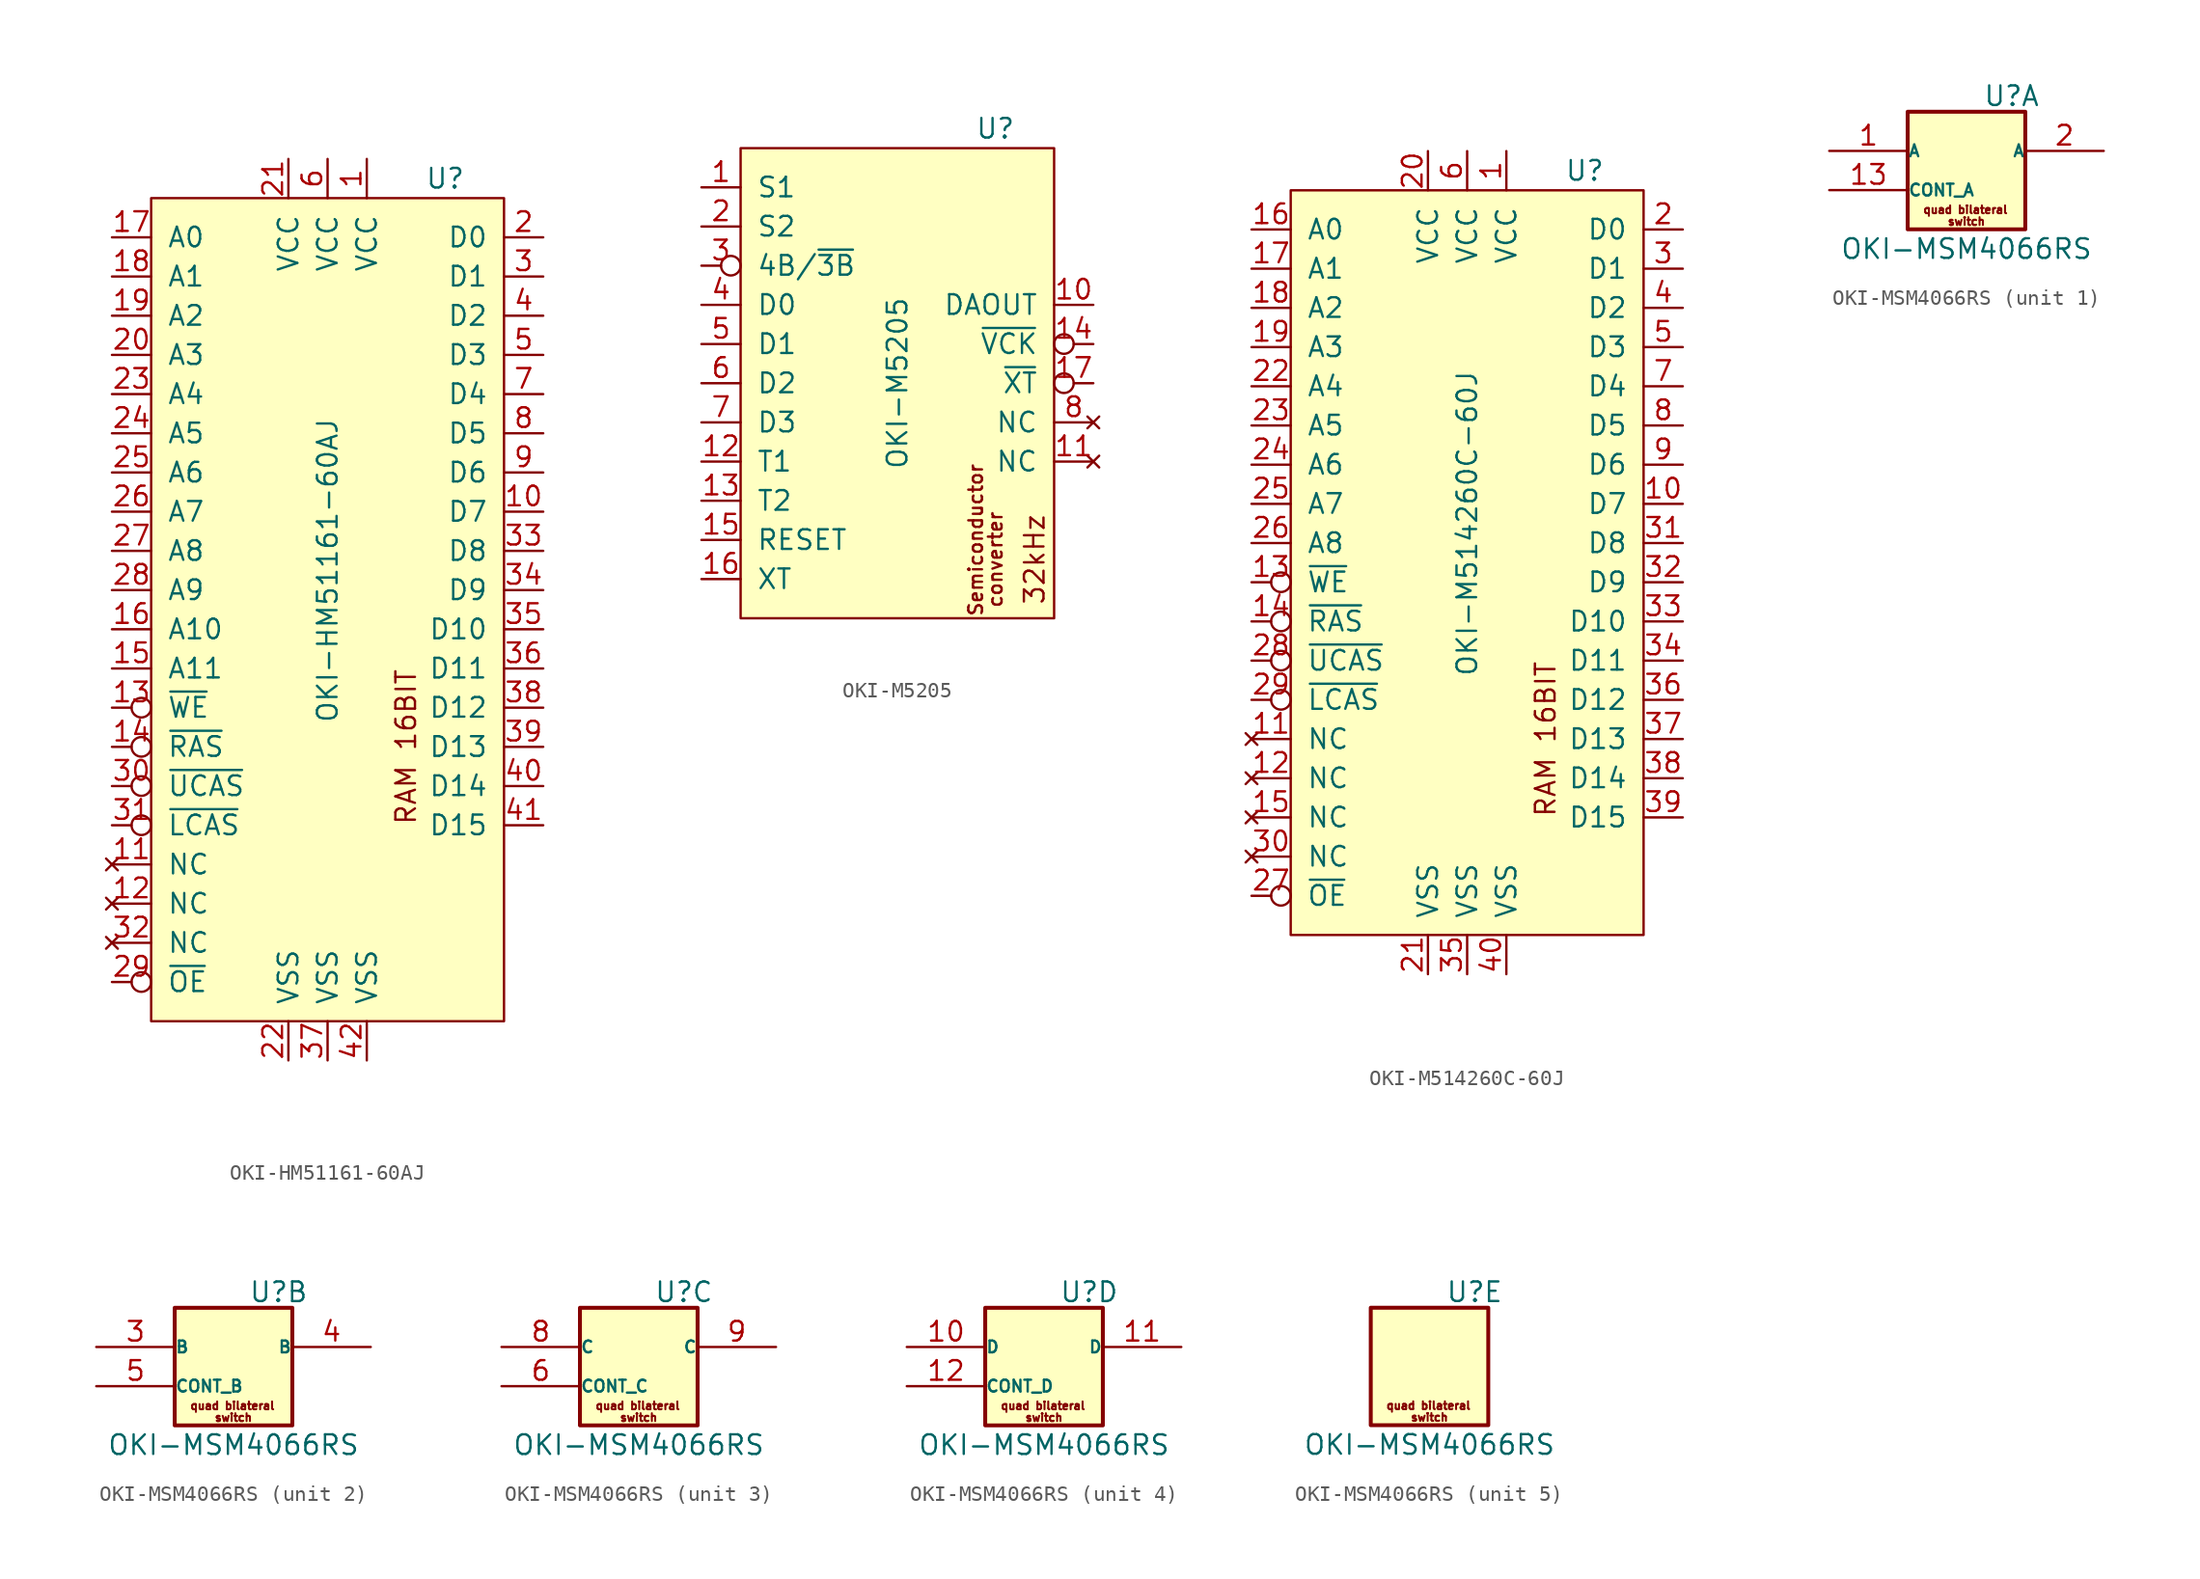
<source format=kicad_sym>
(kicad_symbol_lib
  (version 20231120)
  (generator "kicad_symbol_editor")
  (generator_version "8.0")
  (symbol "OKI-HM51161-60AJ"
    (pin_names
      (offset 1.016))
    (property "Reference" "U"
      (at 7.62 26.67 0)
      (effects (font (size 1.27 1.27))))
    (property "Value" "OKI-HM51161-60AJ"
      (at 0 1.27 90)
      (effects (font (size 1.27 1.27))))
    (symbol "OKI-HM51161-60AJ_1_1"
      (rectangle (start -11.43 25.4) (end 11.43 -27.94) (stroke (width 0) (type default)) (fill (type background)))
      (text "RAM 16BIT" (at 5.08 -10.16 900) (effects (font (size 1.27 1.27))))
      (pin power_in line (at 2.54 27.94 270) (length 2.54) (name "VCC" (effects (font (size 1.27 1.27)))) (number "1" (effects (font (size 1.27 1.27)))))
      (pin tri_state line (at 13.97 5.08 180) (length 2.54) (name "D7" (effects (font (size 1.27 1.27)))) (number "10" (effects (font (size 1.27 1.27)))))
      (pin no_connect line (at -13.97 -17.78 0) (length 2.54) (name "NC" (effects (font (size 1.27 1.27)))) (number "11" (effects (font (size 1.27 1.27)))))
      (pin no_connect line (at -13.97 -20.32 0) (length 2.54) (name "NC" (effects (font (size 1.27 1.27)))) (number "12" (effects (font (size 1.27 1.27)))))
      (pin input inverted (at -13.97 -7.62 0) (length 2.54) (name "~{WE}" (effects (font (size 1.27 1.27)))) (number "13" (effects (font (size 1.27 1.27)))))
      (pin input inverted (at -13.97 -10.16 0) (length 2.54) (name "~{RAS}" (effects (font (size 1.27 1.27)))) (number "14" (effects (font (size 1.27 1.27)))))
      (pin input line (at -13.97 -5.08 0) (length 2.54) (name "A11" (effects (font (size 1.27 1.27)))) (number "15" (effects (font (size 1.27 1.27)))))
      (pin input line (at -13.97 -2.54 0) (length 2.54) (name "A10" (effects (font (size 1.27 1.27)))) (number "16" (effects (font (size 1.27 1.27)))))
      (pin input line (at -13.97 22.86 0) (length 2.54) (name "A0" (effects (font (size 1.27 1.27)))) (number "17" (effects (font (size 1.27 1.27)))))
      (pin input line (at -13.97 20.32 0) (length 2.54) (name "A1" (effects (font (size 1.27 1.27)))) (number "18" (effects (font (size 1.27 1.27)))))
      (pin input line (at -13.97 17.78 0) (length 2.54) (name "A2" (effects (font (size 1.27 1.27)))) (number "19" (effects (font (size 1.27 1.27)))))
      (pin tri_state line (at 13.97 22.86 180) (length 2.54) (name "D0" (effects (font (size 1.27 1.27)))) (number "2" (effects (font (size 1.27 1.27)))))
      (pin input line (at -13.97 15.24 0) (length 2.54) (name "A3" (effects (font (size 1.27 1.27)))) (number "20" (effects (font (size 1.27 1.27)))))
      (pin power_in line (at -2.54 27.94 270) (length 2.54) (name "VCC" (effects (font (size 1.27 1.27)))) (number "21" (effects (font (size 1.27 1.27)))))
      (pin power_in line (at -2.54 -30.48 90) (length 2.54) (name "VSS" (effects (font (size 1.27 1.27)))) (number "22" (effects (font (size 1.27 1.27)))))
      (pin input line (at -13.97 12.7 0) (length 2.54) (name "A4" (effects (font (size 1.27 1.27)))) (number "23" (effects (font (size 1.27 1.27)))))
      (pin input line (at -13.97 10.16 0) (length 2.54) (name "A5" (effects (font (size 1.27 1.27)))) (number "24" (effects (font (size 1.27 1.27)))))
      (pin input line (at -13.97 7.62 0) (length 2.54) (name "A6" (effects (font (size 1.27 1.27)))) (number "25" (effects (font (size 1.27 1.27)))))
      (pin input line (at -13.97 5.08 0) (length 2.54) (name "A7" (effects (font (size 1.27 1.27)))) (number "26" (effects (font (size 1.27 1.27)))))
      (pin input line (at -13.97 2.54 0) (length 2.54) (name "A8" (effects (font (size 1.27 1.27)))) (number "27" (effects (font (size 1.27 1.27)))))
      (pin input line (at -13.97 0 0) (length 2.54) (name "A9" (effects (font (size 1.27 1.27)))) (number "28" (effects (font (size 1.27 1.27)))))
      (pin input inverted (at -13.97 -25.4 0) (length 2.54) (name "~{OE}" (effects (font (size 1.27 1.27)))) (number "29" (effects (font (size 1.27 1.27)))))
      (pin tri_state line (at 13.97 20.32 180) (length 2.54) (name "D1" (effects (font (size 1.27 1.27)))) (number "3" (effects (font (size 1.27 1.27)))))
      (pin input inverted (at -13.97 -12.7 0) (length 2.54) (name "~{UCAS}" (effects (font (size 1.27 1.27)))) (number "30" (effects (font (size 1.27 1.27)))))
      (pin input inverted (at -13.97 -15.24 0) (length 2.54) (name "~{LCAS}" (effects (font (size 1.27 1.27)))) (number "31" (effects (font (size 1.27 1.27)))))
      (pin no_connect line (at -13.97 -22.86 0) (length 2.54) (name "NC" (effects (font (size 1.27 1.27)))) (number "32" (effects (font (size 1.27 1.27)))))
      (pin tri_state line (at 13.97 2.54 180) (length 2.54) (name "D8" (effects (font (size 1.27 1.27)))) (number "33" (effects (font (size 1.27 1.27)))))
      (pin tri_state line (at 13.97 0 180) (length 2.54) (name "D9" (effects (font (size 1.27 1.27)))) (number "34" (effects (font (size 1.27 1.27)))))
      (pin tri_state line (at 13.97 -2.54 180) (length 2.54) (name "D10" (effects (font (size 1.27 1.27)))) (number "35" (effects (font (size 1.27 1.27)))))
      (pin tri_state line (at 13.97 -5.08 180) (length 2.54) (name "D11" (effects (font (size 1.27 1.27)))) (number "36" (effects (font (size 1.27 1.27)))))
      (pin power_in line (at 0 -30.48 90) (length 2.54) (name "VSS" (effects (font (size 1.27 1.27)))) (number "37" (effects (font (size 1.27 1.27)))))
      (pin tri_state line (at 13.97 -7.62 180) (length 2.54) (name "D12" (effects (font (size 1.27 1.27)))) (number "38" (effects (font (size 1.27 1.27)))))
      (pin tri_state line (at 13.97 -10.16 180) (length 2.54) (name "D13" (effects (font (size 1.27 1.27)))) (number "39" (effects (font (size 1.27 1.27)))))
      (pin tri_state line (at 13.97 17.78 180) (length 2.54) (name "D2" (effects (font (size 1.27 1.27)))) (number "4" (effects (font (size 1.27 1.27)))))
      (pin tri_state line (at 13.97 -12.7 180) (length 2.54) (name "D14" (effects (font (size 1.27 1.27)))) (number "40" (effects (font (size 1.27 1.27)))))
      (pin tri_state line (at 13.97 -15.24 180) (length 2.54) (name "D15" (effects (font (size 1.27 1.27)))) (number "41" (effects (font (size 1.27 1.27)))))
      (pin power_in line (at 2.54 -30.48 90) (length 2.54) (name "VSS" (effects (font (size 1.27 1.27)))) (number "42" (effects (font (size 1.27 1.27)))))
      (pin tri_state line (at 13.97 15.24 180) (length 2.54) (name "D3" (effects (font (size 1.27 1.27)))) (number "5" (effects (font (size 1.27 1.27)))))
      (pin power_in line (at 0 27.94 270) (length 2.54) (name "VCC" (effects (font (size 1.27 1.27)))) (number "6" (effects (font (size 1.27 1.27)))))
      (pin tri_state line (at 13.97 12.7 180) (length 2.54) (name "D4" (effects (font (size 1.27 1.27)))) (number "7" (effects (font (size 1.27 1.27)))))
      (pin tri_state line (at 13.97 10.16 180) (length 2.54) (name "D5" (effects (font (size 1.27 1.27)))) (number "8" (effects (font (size 1.27 1.27)))))
      (pin tri_state line (at 13.97 7.62 180) (length 2.54) (name "D6" (effects (font (size 1.27 1.27)))) (number "9" (effects (font (size 1.27 1.27)))))))
  (symbol "OKI-M5205"
    (pin_names
      (offset 1.016))
    (property "Reference" "U"
      (at 6.35 16.51 0)
      (effects (font (size 1.27 1.27))))
    (property "Value" "OKI-M5205"
      (at 0 0 90)
      (effects (font (size 1.27 1.27))))
    (symbol "OKI-M5205_0_0"
      (text "32kHz" (at 8.89 -11.43 900) (effects (font (size 1.27 1.27))))
      (text "converter" (at 6.35 -11.43 900) (effects (font (size 0.889 0.889))))
      (text "Semiconductor" (at 5.08 -10.16 900) (effects (font (size 0.889 0.889)))))
    (symbol "OKI-M5205_0_1"
      (rectangle (start -10.16 15.24) (end 10.16 -15.24) (stroke (width 0) (type default)) (fill (type background))))
    (symbol "OKI-M5205_1_1"
      (pin input line (at -12.7 12.7 0) (length 2.54) (name "S1" (effects (font (size 1.27 1.27)))) (number "1" (effects (font (size 1.27 1.27)))))
      (pin output line (at 12.7 5.08 180) (length 2.54) (name "DAOUT" (effects (font (size 1.27 1.27)))) (number "10" (effects (font (size 1.27 1.27)))))
      (pin no_connect line (at 12.7 -5.08 180) (length 2.54) (name "NC" (effects (font (size 1.27 1.27)))) (number "11" (effects (font (size 1.27 1.27)))))
      (pin input line (at -12.7 -5.08 0) (length 2.54) (name "T1" (effects (font (size 1.27 1.27)))) (number "12" (effects (font (size 1.27 1.27)))))
      (pin input line (at -12.7 -7.62 0) (length 2.54) (name "T2" (effects (font (size 1.27 1.27)))) (number "13" (effects (font (size 1.27 1.27)))))
      (pin output inverted (at 12.7 2.54 180) (length 2.54) (name "~{VCK}" (effects (font (size 1.27 1.27)))) (number "14" (effects (font (size 1.27 1.27)))))
      (pin input line (at -12.7 -10.16 0) (length 2.54) (name "RESET" (effects (font (size 1.27 1.27)))) (number "15" (effects (font (size 1.27 1.27)))))
      (pin input line (at -12.7 -12.7 0) (length 2.54) (name "XT" (effects (font (size 1.27 1.27)))) (number "16" (effects (font (size 1.27 1.27)))))
      (pin output inverted (at 12.7 0 180) (length 2.54) (name "~{XT}" (effects (font (size 1.27 1.27)))) (number "17" (effects (font (size 1.27 1.27)))))
      (pin power_in line (at 0 15.24 270) (length 2.54) hide (name "VCC" (effects (font (size 1.27 1.27)))) (number "18" (effects (font (size 1.27 1.27)))))
      (pin input line (at -12.7 10.16 0) (length 2.54) (name "S2" (effects (font (size 1.27 1.27)))) (number "2" (effects (font (size 1.27 1.27)))))
      (pin input inverted (at -12.7 7.62 0) (length 2.54) (name "4B/~{3B}" (effects (font (size 1.27 1.27)))) (number "3" (effects (font (size 1.27 1.27)))))
      (pin input line (at -12.7 5.08 0) (length 2.54) (name "D0" (effects (font (size 1.27 1.27)))) (number "4" (effects (font (size 1.27 1.27)))))
      (pin input line (at -12.7 2.54 0) (length 2.54) (name "D1" (effects (font (size 1.27 1.27)))) (number "5" (effects (font (size 1.27 1.27)))))
      (pin input line (at -12.7 0 0) (length 2.54) (name "D2" (effects (font (size 1.27 1.27)))) (number "6" (effects (font (size 1.27 1.27)))))
      (pin input line (at -12.7 -2.54 0) (length 2.54) (name "D3" (effects (font (size 1.27 1.27)))) (number "7" (effects (font (size 1.27 1.27)))))
      (pin no_connect line (at 12.7 -2.54 180) (length 2.54) (name "NC" (effects (font (size 1.27 1.27)))) (number "8" (effects (font (size 1.27 1.27)))))
      (pin power_in line (at 0 -15.24 90) (length 2.54) hide (name "VSS" (effects (font (size 1.27 1.27)))) (number "9" (effects (font (size 1.27 1.27)))))))
  (symbol "OKI-M514260C-60J"
    (pin_names
      (offset 1.016))
    (property "Reference" "U"
      (at 7.62 24.13 0)
      (effects (font (size 1.27 1.27))))
    (property "Value" "OKI-M514260C-60J"
      (at 0 1.27 90)
      (effects (font (size 1.27 1.27))))
    (symbol "OKI-M514260C-60J_0_0"
      (text "RAM 16BIT" (at 5.08 -12.7 900) (effects (font (size 1.27 1.27)))))
    (symbol "OKI-M514260C-60J_0_1"
      (rectangle (start -11.43 22.86) (end 11.43 -25.4) (stroke (width 0) (type default)) (fill (type background))))
    (symbol "OKI-M514260C-60J_1_1"
      (pin power_in line (at 2.54 25.4 270) (length 2.54) (name "VCC" (effects (font (size 1.27 1.27)))) (number "1" (effects (font (size 1.27 1.27)))))
      (pin tri_state line (at 13.97 2.54 180) (length 2.54) (name "D7" (effects (font (size 1.27 1.27)))) (number "10" (effects (font (size 1.27 1.27)))))
      (pin no_connect line (at -13.97 -12.7 0) (length 2.54) (name "NC" (effects (font (size 1.27 1.27)))) (number "11" (effects (font (size 1.27 1.27)))))
      (pin no_connect line (at -13.97 -15.24 0) (length 2.54) (name "NC" (effects (font (size 1.27 1.27)))) (number "12" (effects (font (size 1.27 1.27)))))
      (pin input inverted (at -13.97 -2.54 0) (length 2.54) (name "~{WE}" (effects (font (size 1.27 1.27)))) (number "13" (effects (font (size 1.27 1.27)))))
      (pin input inverted (at -13.97 -5.08 0) (length 2.54) (name "~{RAS}" (effects (font (size 1.27 1.27)))) (number "14" (effects (font (size 1.27 1.27)))))
      (pin no_connect line (at -13.97 -17.78 0) (length 2.54) (name "NC" (effects (font (size 1.27 1.27)))) (number "15" (effects (font (size 1.27 1.27)))))
      (pin input line (at -13.97 20.32 0) (length 2.54) (name "A0" (effects (font (size 1.27 1.27)))) (number "16" (effects (font (size 1.27 1.27)))))
      (pin input line (at -13.97 17.78 0) (length 2.54) (name "A1" (effects (font (size 1.27 1.27)))) (number "17" (effects (font (size 1.27 1.27)))))
      (pin input line (at -13.97 15.24 0) (length 2.54) (name "A2" (effects (font (size 1.27 1.27)))) (number "18" (effects (font (size 1.27 1.27)))))
      (pin input line (at -13.97 12.7 0) (length 2.54) (name "A3" (effects (font (size 1.27 1.27)))) (number "19" (effects (font (size 1.27 1.27)))))
      (pin tri_state line (at 13.97 20.32 180) (length 2.54) (name "D0" (effects (font (size 1.27 1.27)))) (number "2" (effects (font (size 1.27 1.27)))))
      (pin power_in line (at -2.54 25.4 270) (length 2.54) (name "VCC" (effects (font (size 1.27 1.27)))) (number "20" (effects (font (size 1.27 1.27)))))
      (pin power_in line (at -2.54 -27.94 90) (length 2.54) (name "VSS" (effects (font (size 1.27 1.27)))) (number "21" (effects (font (size 1.27 1.27)))))
      (pin input line (at -13.97 10.16 0) (length 2.54) (name "A4" (effects (font (size 1.27 1.27)))) (number "22" (effects (font (size 1.27 1.27)))))
      (pin input line (at -13.97 7.62 0) (length 2.54) (name "A5" (effects (font (size 1.27 1.27)))) (number "23" (effects (font (size 1.27 1.27)))))
      (pin input line (at -13.97 5.08 0) (length 2.54) (name "A6" (effects (font (size 1.27 1.27)))) (number "24" (effects (font (size 1.27 1.27)))))
      (pin input line (at -13.97 2.54 0) (length 2.54) (name "A7" (effects (font (size 1.27 1.27)))) (number "25" (effects (font (size 1.27 1.27)))))
      (pin input line (at -13.97 0 0) (length 2.54) (name "A8" (effects (font (size 1.27 1.27)))) (number "26" (effects (font (size 1.27 1.27)))))
      (pin input inverted (at -13.97 -22.86 0) (length 2.54) (name "~{OE}" (effects (font (size 1.27 1.27)))) (number "27" (effects (font (size 1.27 1.27)))))
      (pin input inverted (at -13.97 -7.62 0) (length 2.54) (name "~{UCAS}" (effects (font (size 1.27 1.27)))) (number "28" (effects (font (size 1.27 1.27)))))
      (pin input inverted (at -13.97 -10.16 0) (length 2.54) (name "~{LCAS}" (effects (font (size 1.27 1.27)))) (number "29" (effects (font (size 1.27 1.27)))))
      (pin tri_state line (at 13.97 17.78 180) (length 2.54) (name "D1" (effects (font (size 1.27 1.27)))) (number "3" (effects (font (size 1.27 1.27)))))
      (pin no_connect line (at -13.97 -20.32 0) (length 2.54) (name "NC" (effects (font (size 1.27 1.27)))) (number "30" (effects (font (size 1.27 1.27)))))
      (pin tri_state line (at 13.97 0 180) (length 2.54) (name "D8" (effects (font (size 1.27 1.27)))) (number "31" (effects (font (size 1.27 1.27)))))
      (pin tri_state line (at 13.97 -2.54 180) (length 2.54) (name "D9" (effects (font (size 1.27 1.27)))) (number "32" (effects (font (size 1.27 1.27)))))
      (pin tri_state line (at 13.97 -5.08 180) (length 2.54) (name "D10" (effects (font (size 1.27 1.27)))) (number "33" (effects (font (size 1.27 1.27)))))
      (pin tri_state line (at 13.97 -7.62 180) (length 2.54) (name "D11" (effects (font (size 1.27 1.27)))) (number "34" (effects (font (size 1.27 1.27)))))
      (pin power_in line (at 0 -27.94 90) (length 2.54) (name "VSS" (effects (font (size 1.27 1.27)))) (number "35" (effects (font (size 1.27 1.27)))))
      (pin tri_state line (at 13.97 -10.16 180) (length 2.54) (name "D12" (effects (font (size 1.27 1.27)))) (number "36" (effects (font (size 1.27 1.27)))))
      (pin tri_state line (at 13.97 -12.7 180) (length 2.54) (name "D13" (effects (font (size 1.27 1.27)))) (number "37" (effects (font (size 1.27 1.27)))))
      (pin tri_state line (at 13.97 -15.24 180) (length 2.54) (name "D14" (effects (font (size 1.27 1.27)))) (number "38" (effects (font (size 1.27 1.27)))))
      (pin tri_state line (at 13.97 -17.78 180) (length 2.54) (name "D15" (effects (font (size 1.27 1.27)))) (number "39" (effects (font (size 1.27 1.27)))))
      (pin tri_state line (at 13.97 15.24 180) (length 2.54) (name "D2" (effects (font (size 1.27 1.27)))) (number "4" (effects (font (size 1.27 1.27)))))
      (pin power_in line (at 2.54 -27.94 90) (length 2.54) (name "VSS" (effects (font (size 1.27 1.27)))) (number "40" (effects (font (size 1.27 1.27)))))
      (pin tri_state line (at 13.97 12.7 180) (length 2.54) (name "D3" (effects (font (size 1.27 1.27)))) (number "5" (effects (font (size 1.27 1.27)))))
      (pin power_in line (at 0 25.4 270) (length 2.54) (name "VCC" (effects (font (size 1.27 1.27)))) (number "6" (effects (font (size 1.27 1.27)))))
      (pin tri_state line (at 13.97 10.16 180) (length 2.54) (name "D4" (effects (font (size 1.27 1.27)))) (number "7" (effects (font (size 1.27 1.27)))))
      (pin tri_state line (at 13.97 7.62 180) (length 2.54) (name "D5" (effects (font (size 1.27 1.27)))) (number "8" (effects (font (size 1.27 1.27)))))
      (pin tri_state line (at 13.97 5.08 180) (length 2.54) (name "D6" (effects (font (size 1.27 1.27)))) (number "9" (effects (font (size 1.27 1.27)))))))
  (symbol "OKI-MSM4066RS"
    (pin_names
      (offset 0.002))
    (property "Reference" "U"
      (at 2.921 4.826 0)
      (effects (font (size 1.27 1.27))))
    (property "Value" "OKI-MSM4066RS"
      (at 0 -5.08 0)
      (effects (font (size 1.27 1.27))))
    (symbol "OKI-MSM4066RS_0_0"
      (text "quad bilateral " (at 0.127 -2.54 0) (effects (font (size 0.508 0.508))))
      (text "switch" (at 0 -3.302 0) (effects (font (size 0.508 0.508)))))
    (symbol "OKI-MSM4066RS_0_1"
      (rectangle (start -3.81 3.81) (end 3.81 -3.81) (stroke (width 0.254) (type default)) (fill (type background))))
    (symbol "OKI-MSM4066RS_1_1"
      (pin input line (at -8.89 1.27 0) (length 5.08) (name "A" (effects (font (size 0.762 0.762)))) (number "1" (effects (font (size 1.27 1.27)))))
      (pin input line (at -8.89 -1.27 0) (length 5.08) (name "CONT_A" (effects (font (size 0.762 0.762)))) (number "13" (effects (font (size 1.27 1.27)))))
      (pin output line (at 8.89 1.27 180) (length 5.08) (name "A" (effects (font (size 0.762 0.762)))) (number "2" (effects (font (size 1.27 1.27))))))
    (symbol "OKI-MSM4066RS_2_1"
      (pin input line (at -8.89 1.27 0) (length 5.08) (name "B" (effects (font (size 0.762 0.762)))) (number "3" (effects (font (size 1.27 1.27)))))
      (pin output line (at 8.89 1.27 180) (length 5.08) (name "B" (effects (font (size 0.762 0.762)))) (number "4" (effects (font (size 1.27 1.27)))))
      (pin input line (at -8.89 -1.27 0) (length 5.08) (name "CONT_B" (effects (font (size 0.762 0.762)))) (number "5" (effects (font (size 1.27 1.27))))))
    (symbol "OKI-MSM4066RS_3_1"
      (pin input line (at -8.89 -1.27 0) (length 5.08) (name "CONT_C" (effects (font (size 0.762 0.762)))) (number "6" (effects (font (size 1.27 1.27)))))
      (pin input line (at -8.89 1.27 0) (length 5.08) (name "C" (effects (font (size 0.762 0.762)))) (number "8" (effects (font (size 1.27 1.27)))))
      (pin output line (at 8.89 1.27 180) (length 5.08) (name "C" (effects (font (size 0.762 0.762)))) (number "9" (effects (font (size 1.27 1.27))))))
    (symbol "OKI-MSM4066RS_4_1"
      (pin input line (at -8.89 1.27 0) (length 5.08) (name "D" (effects (font (size 0.762 0.762)))) (number "10" (effects (font (size 1.27 1.27)))))
      (pin output line (at 8.89 1.27 180) (length 5.08) (name "D" (effects (font (size 0.762 0.762)))) (number "11" (effects (font (size 1.27 1.27)))))
      (pin input line (at -8.89 -1.27 0) (length 5.08) (name "CONT_D" (effects (font (size 0.762 0.762)))) (number "12" (effects (font (size 1.27 1.27))))))
    (symbol "OKI-MSM4066RS_5_1"
      (pin power_in line (at 0 3.81 270) (length 5.08) hide (name "VCC" (effects (font (size 0.762 0.762)))) (number "14" (effects (font (size 1.27 1.27)))))
      (pin power_in line (at 0 -3.81 90) (length 5.08) hide (name "VSS" (effects (font (size 0.762 0.762)))) (number "7" (effects (font (size 1.27 1.27))))))))
</source>
